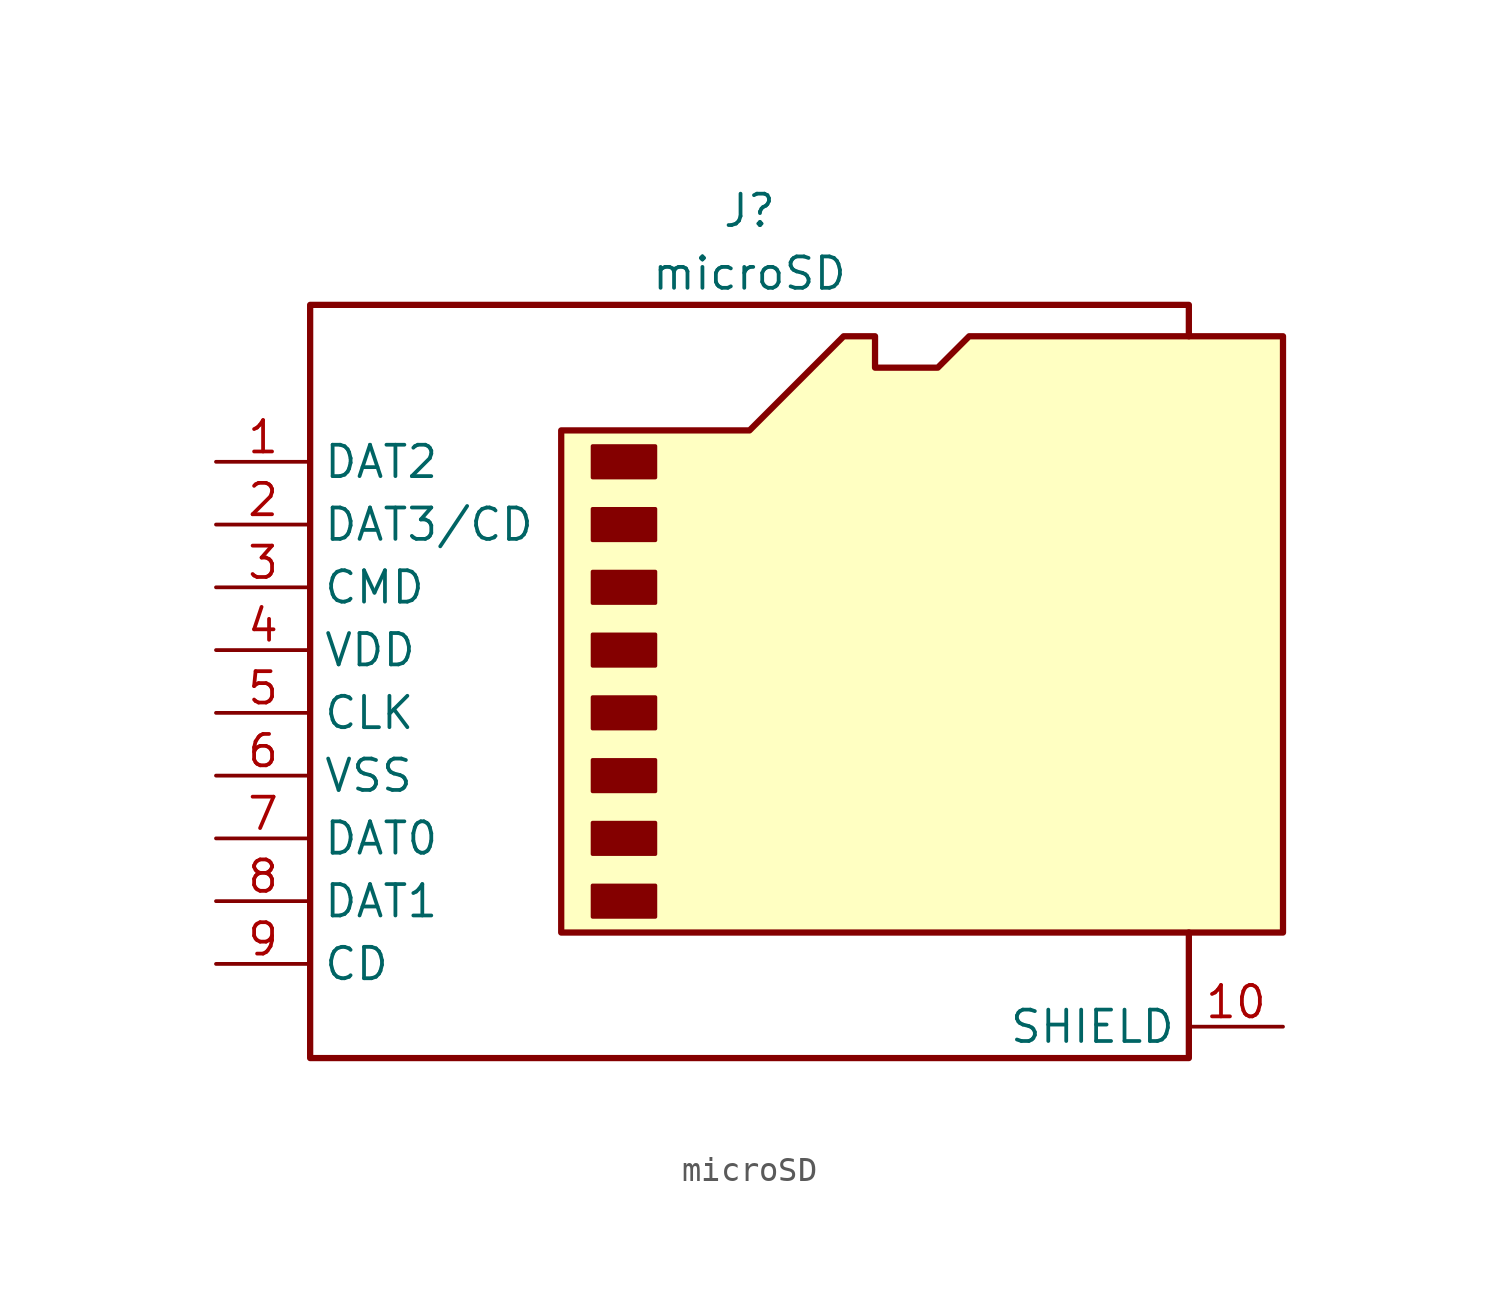
<source format=kicad_sym>
(kicad_symbol_lib
  (version 20211014)
  (generator kicad_symbol_editor)
  (symbol "microSD"
    (property "Reference" "J"
      (at 0 19.05 0)
      (effects (font (size 1.27 1.27))))
    (property "Value" "microSD"
      (at 0 16.51 0)
      (effects (font (size 1.27 1.27))))
    (symbol "microSD_0_1"
      (rectangle (start -6.35 -8.255) (end -3.81 -9.525) (stroke (width 0) (type default) (color 0 0 0 0)) (fill (type outline)))
      (rectangle (start -6.35 -5.715) (end -3.81 -6.985) (stroke (width 0) (type default) (color 0 0 0 0)) (fill (type outline)))
      (rectangle (start -6.35 -3.175) (end -3.81 -4.445) (stroke (width 0) (type default) (color 0 0 0 0)) (fill (type outline)))
      (rectangle (start -6.35 -0.635) (end -3.81 -1.905) (stroke (width 0) (type default) (color 0 0 0 0)) (fill (type outline)))
      (rectangle (start -6.35 1.905) (end -3.81 0.635) (stroke (width 0) (type default) (color 0 0 0 0)) (fill (type outline)))
      (rectangle (start -6.35 4.445) (end -3.81 3.175) (stroke (width 0) (type default) (color 0 0 0 0)) (fill (type outline)))
      (rectangle (start -6.35 6.985) (end -3.81 5.715) (stroke (width 0) (type default) (color 0 0 0 0)) (fill (type outline)))
      (rectangle (start -6.35 9.525) (end -3.81 8.255) (stroke (width 0) (type default) (color 0 0 0 0)) (fill (type outline)))
      (polyline (pts (xy 17.78 13.97) (xy 17.78 15.24) (xy -17.78 15.24) (xy -17.78 -15.24) (xy 17.78 -15.24) (xy 17.78 -10.16)) (stroke (width 0.254) (type default) (color 0 0 0 0)) (fill (type none)))
      (polyline (pts (xy -7.62 -10.16) (xy -7.62 10.16) (xy 0 10.16) (xy 3.81 13.97) (xy 5.08 13.97) (xy 5.08 12.7) (xy 7.62 12.7) (xy 8.89 13.97) (xy 21.59 13.97) (xy 21.59 -10.16) (xy -7.62 -10.16)) (stroke (width 0.254) (type default) (color 0 0 0 0)) (fill (type background))))
    (symbol "microSD_1_1"
      (pin bidirectional line (at -21.59 8.89 0) (length 3.81) (name "DAT2" (effects (font (size 1.27 1.27)))) (number "1" (effects (font (size 1.27 1.27)))))
      (pin passive line (at 21.59 -13.97 180) (length 3.81) (name "SHIELD" (effects (font (size 1.27 1.27)))) (number "10" (effects (font (size 1.27 1.27)))))
      (pin bidirectional line (at -21.59 6.35 0) (length 3.81) (name "DAT3/CD" (effects (font (size 1.27 1.27)))) (number "2" (effects (font (size 1.27 1.27)))))
      (pin input line (at -21.59 3.81 0) (length 3.81) (name "CMD" (effects (font (size 1.27 1.27)))) (number "3" (effects (font (size 1.27 1.27)))))
      (pin power_in line (at -21.59 1.27 0) (length 3.81) (name "VDD" (effects (font (size 1.27 1.27)))) (number "4" (effects (font (size 1.27 1.27)))))
      (pin input line (at -21.59 -1.27 0) (length 3.81) (name "CLK" (effects (font (size 1.27 1.27)))) (number "5" (effects (font (size 1.27 1.27)))))
      (pin power_in line (at -21.59 -3.81 0) (length 3.81) (name "VSS" (effects (font (size 1.27 1.27)))) (number "6" (effects (font (size 1.27 1.27)))))
      (pin bidirectional line (at -21.59 -6.35 0) (length 3.81) (name "DAT0" (effects (font (size 1.27 1.27)))) (number "7" (effects (font (size 1.27 1.27)))))
      (pin bidirectional line (at -21.59 -8.89 0) (length 3.81) (name "DAT1" (effects (font (size 1.27 1.27)))) (number "8" (effects (font (size 1.27 1.27)))))
      (pin bidirectional line (at -21.59 -11.43 0) (length 3.81) (name "CD" (effects (font (size 1.27 1.27)))) (number "9" (effects (font (size 1.27 1.27))))))))
</source>
